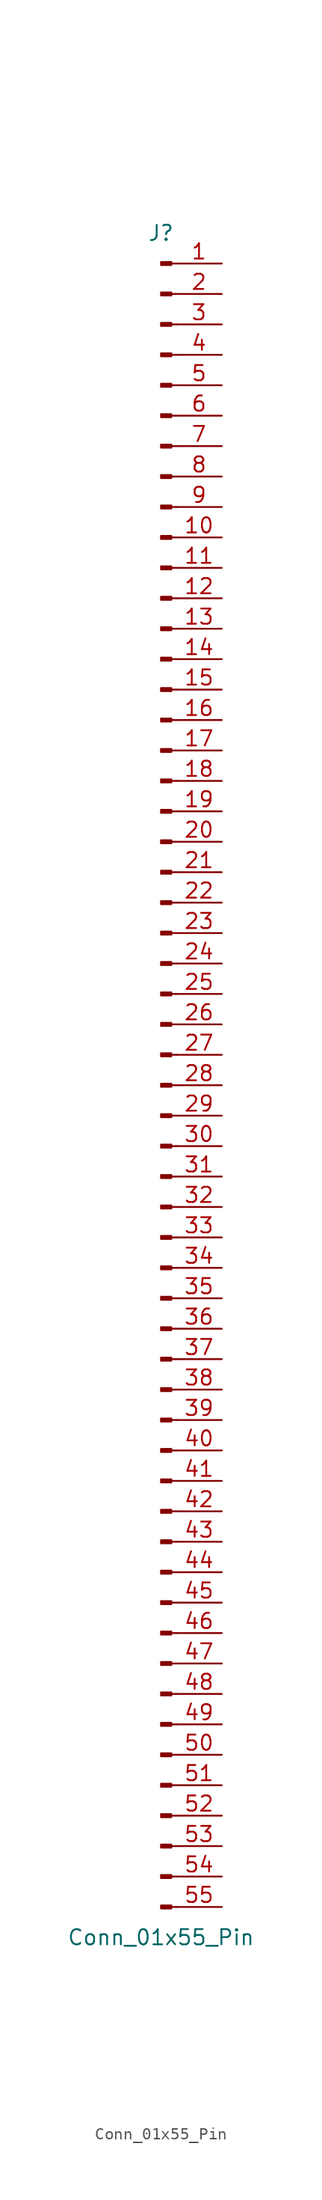
<source format=kicad_sym>
(kicad_symbol_lib
  (version 20220914)
  (generator kicad_symbol_editor)
  (symbol "Conn_01x55_Pin"
    (pin_names
      (offset 1.016) hide)
    (property "Reference" "J"
      (at 0 71.12 0)
      (effects (font (size 1.27 1.27))))
    (property "Value" "Conn_01x55_Pin"
      (at 0 -71.12 0)
      (effects (font (size 1.27 1.27))))
    (property "ki_locked" ""
      (at 0 0 0)
      (effects (font (size 1.27 1.27))))
    (symbol "Conn_01x55_Pin_1_1"
      (polyline (pts (xy 1.27 -68.58) (xy 0.864 -68.58)) (stroke (width 0.152) (type default)) (fill (type none)))
      (polyline (pts (xy 1.27 -66.04) (xy 0.864 -66.04)) (stroke (width 0.152) (type default)) (fill (type none)))
      (polyline (pts (xy 1.27 -63.5) (xy 0.864 -63.5)) (stroke (width 0.152) (type default)) (fill (type none)))
      (polyline (pts (xy 1.27 -60.96) (xy 0.864 -60.96)) (stroke (width 0.152) (type default)) (fill (type none)))
      (polyline (pts (xy 1.27 -58.42) (xy 0.864 -58.42)) (stroke (width 0.152) (type default)) (fill (type none)))
      (polyline (pts (xy 1.27 -55.88) (xy 0.864 -55.88)) (stroke (width 0.152) (type default)) (fill (type none)))
      (polyline (pts (xy 1.27 -53.34) (xy 0.864 -53.34)) (stroke (width 0.152) (type default)) (fill (type none)))
      (polyline (pts (xy 1.27 -50.8) (xy 0.864 -50.8)) (stroke (width 0.152) (type default)) (fill (type none)))
      (polyline (pts (xy 1.27 -48.26) (xy 0.864 -48.26)) (stroke (width 0.152) (type default)) (fill (type none)))
      (polyline (pts (xy 1.27 -45.72) (xy 0.864 -45.72)) (stroke (width 0.152) (type default)) (fill (type none)))
      (polyline (pts (xy 1.27 -43.18) (xy 0.864 -43.18)) (stroke (width 0.152) (type default)) (fill (type none)))
      (polyline (pts (xy 1.27 -40.64) (xy 0.864 -40.64)) (stroke (width 0.152) (type default)) (fill (type none)))
      (polyline (pts (xy 1.27 -38.1) (xy 0.864 -38.1)) (stroke (width 0.152) (type default)) (fill (type none)))
      (polyline (pts (xy 1.27 -35.56) (xy 0.864 -35.56)) (stroke (width 0.152) (type default)) (fill (type none)))
      (polyline (pts (xy 1.27 -33.02) (xy 0.864 -33.02)) (stroke (width 0.152) (type default)) (fill (type none)))
      (polyline (pts (xy 1.27 -30.48) (xy 0.864 -30.48)) (stroke (width 0.152) (type default)) (fill (type none)))
      (polyline (pts (xy 1.27 -27.94) (xy 0.864 -27.94)) (stroke (width 0.152) (type default)) (fill (type none)))
      (polyline (pts (xy 1.27 -25.4) (xy 0.864 -25.4)) (stroke (width 0.152) (type default)) (fill (type none)))
      (polyline (pts (xy 1.27 -22.86) (xy 0.864 -22.86)) (stroke (width 0.152) (type default)) (fill (type none)))
      (polyline (pts (xy 1.27 -20.32) (xy 0.864 -20.32)) (stroke (width 0.152) (type default)) (fill (type none)))
      (polyline (pts (xy 1.27 -17.78) (xy 0.864 -17.78)) (stroke (width 0.152) (type default)) (fill (type none)))
      (polyline (pts (xy 1.27 -15.24) (xy 0.864 -15.24)) (stroke (width 0.152) (type default)) (fill (type none)))
      (polyline (pts (xy 1.27 -12.7) (xy 0.864 -12.7)) (stroke (width 0.152) (type default)) (fill (type none)))
      (polyline (pts (xy 1.27 -10.16) (xy 0.864 -10.16)) (stroke (width 0.152) (type default)) (fill (type none)))
      (polyline (pts (xy 1.27 -7.62) (xy 0.864 -7.62)) (stroke (width 0.152) (type default)) (fill (type none)))
      (polyline (pts (xy 1.27 -5.08) (xy 0.864 -5.08)) (stroke (width 0.152) (type default)) (fill (type none)))
      (polyline (pts (xy 1.27 -2.54) (xy 0.864 -2.54)) (stroke (width 0.152) (type default)) (fill (type none)))
      (polyline (pts (xy 1.27 0) (xy 0.864 0)) (stroke (width 0.152) (type default)) (fill (type none)))
      (polyline (pts (xy 1.27 2.54) (xy 0.864 2.54)) (stroke (width 0.152) (type default)) (fill (type none)))
      (polyline (pts (xy 1.27 5.08) (xy 0.864 5.08)) (stroke (width 0.152) (type default)) (fill (type none)))
      (polyline (pts (xy 1.27 7.62) (xy 0.864 7.62)) (stroke (width 0.152) (type default)) (fill (type none)))
      (polyline (pts (xy 1.27 10.16) (xy 0.864 10.16)) (stroke (width 0.152) (type default)) (fill (type none)))
      (polyline (pts (xy 1.27 12.7) (xy 0.864 12.7)) (stroke (width 0.152) (type default)) (fill (type none)))
      (polyline (pts (xy 1.27 15.24) (xy 0.864 15.24)) (stroke (width 0.152) (type default)) (fill (type none)))
      (polyline (pts (xy 1.27 17.78) (xy 0.864 17.78)) (stroke (width 0.152) (type default)) (fill (type none)))
      (polyline (pts (xy 1.27 20.32) (xy 0.864 20.32)) (stroke (width 0.152) (type default)) (fill (type none)))
      (polyline (pts (xy 1.27 22.86) (xy 0.864 22.86)) (stroke (width 0.152) (type default)) (fill (type none)))
      (polyline (pts (xy 1.27 25.4) (xy 0.864 25.4)) (stroke (width 0.152) (type default)) (fill (type none)))
      (polyline (pts (xy 1.27 27.94) (xy 0.864 27.94)) (stroke (width 0.152) (type default)) (fill (type none)))
      (polyline (pts (xy 1.27 30.48) (xy 0.864 30.48)) (stroke (width 0.152) (type default)) (fill (type none)))
      (polyline (pts (xy 1.27 33.02) (xy 0.864 33.02)) (stroke (width 0.152) (type default)) (fill (type none)))
      (polyline (pts (xy 1.27 35.56) (xy 0.864 35.56)) (stroke (width 0.152) (type default)) (fill (type none)))
      (polyline (pts (xy 1.27 38.1) (xy 0.864 38.1)) (stroke (width 0.152) (type default)) (fill (type none)))
      (polyline (pts (xy 1.27 40.64) (xy 0.864 40.64)) (stroke (width 0.152) (type default)) (fill (type none)))
      (polyline (pts (xy 1.27 43.18) (xy 0.864 43.18)) (stroke (width 0.152) (type default)) (fill (type none)))
      (polyline (pts (xy 1.27 45.72) (xy 0.864 45.72)) (stroke (width 0.152) (type default)) (fill (type none)))
      (polyline (pts (xy 1.27 48.26) (xy 0.864 48.26)) (stroke (width 0.152) (type default)) (fill (type none)))
      (polyline (pts (xy 1.27 50.8) (xy 0.864 50.8)) (stroke (width 0.152) (type default)) (fill (type none)))
      (polyline (pts (xy 1.27 53.34) (xy 0.864 53.34)) (stroke (width 0.152) (type default)) (fill (type none)))
      (polyline (pts (xy 1.27 55.88) (xy 0.864 55.88)) (stroke (width 0.152) (type default)) (fill (type none)))
      (polyline (pts (xy 1.27 58.42) (xy 0.864 58.42)) (stroke (width 0.152) (type default)) (fill (type none)))
      (polyline (pts (xy 1.27 60.96) (xy 0.864 60.96)) (stroke (width 0.152) (type default)) (fill (type none)))
      (polyline (pts (xy 1.27 63.5) (xy 0.864 63.5)) (stroke (width 0.152) (type default)) (fill (type none)))
      (polyline (pts (xy 1.27 66.04) (xy 0.864 66.04)) (stroke (width 0.152) (type default)) (fill (type none)))
      (polyline (pts (xy 1.27 68.58) (xy 0.864 68.58)) (stroke (width 0.152) (type default)) (fill (type none)))
      (rectangle (start 0.864 -68.453) (end 0 -68.707) (stroke (width 0.152) (type default)) (fill (type outline)))
      (rectangle (start 0.864 -65.913) (end 0 -66.167) (stroke (width 0.152) (type default)) (fill (type outline)))
      (rectangle (start 0.864 -63.373) (end 0 -63.627) (stroke (width 0.152) (type default)) (fill (type outline)))
      (rectangle (start 0.864 -60.833) (end 0 -61.087) (stroke (width 0.152) (type default)) (fill (type outline)))
      (rectangle (start 0.864 -58.293) (end 0 -58.547) (stroke (width 0.152) (type default)) (fill (type outline)))
      (rectangle (start 0.864 -55.753) (end 0 -56.007) (stroke (width 0.152) (type default)) (fill (type outline)))
      (rectangle (start 0.864 -53.213) (end 0 -53.467) (stroke (width 0.152) (type default)) (fill (type outline)))
      (rectangle (start 0.864 -50.673) (end 0 -50.927) (stroke (width 0.152) (type default)) (fill (type outline)))
      (rectangle (start 0.864 -48.133) (end 0 -48.387) (stroke (width 0.152) (type default)) (fill (type outline)))
      (rectangle (start 0.864 -45.593) (end 0 -45.847) (stroke (width 0.152) (type default)) (fill (type outline)))
      (rectangle (start 0.864 -43.053) (end 0 -43.307) (stroke (width 0.152) (type default)) (fill (type outline)))
      (rectangle (start 0.864 -40.513) (end 0 -40.767) (stroke (width 0.152) (type default)) (fill (type outline)))
      (rectangle (start 0.864 -37.973) (end 0 -38.227) (stroke (width 0.152) (type default)) (fill (type outline)))
      (rectangle (start 0.864 -35.433) (end 0 -35.687) (stroke (width 0.152) (type default)) (fill (type outline)))
      (rectangle (start 0.864 -32.893) (end 0 -33.147) (stroke (width 0.152) (type default)) (fill (type outline)))
      (rectangle (start 0.864 -30.353) (end 0 -30.607) (stroke (width 0.152) (type default)) (fill (type outline)))
      (rectangle (start 0.864 -27.813) (end 0 -28.067) (stroke (width 0.152) (type default)) (fill (type outline)))
      (rectangle (start 0.864 -25.273) (end 0 -25.527) (stroke (width 0.152) (type default)) (fill (type outline)))
      (rectangle (start 0.864 -22.733) (end 0 -22.987) (stroke (width 0.152) (type default)) (fill (type outline)))
      (rectangle (start 0.864 -20.193) (end 0 -20.447) (stroke (width 0.152) (type default)) (fill (type outline)))
      (rectangle (start 0.864 -17.653) (end 0 -17.907) (stroke (width 0.152) (type default)) (fill (type outline)))
      (rectangle (start 0.864 -15.113) (end 0 -15.367) (stroke (width 0.152) (type default)) (fill (type outline)))
      (rectangle (start 0.864 -12.573) (end 0 -12.827) (stroke (width 0.152) (type default)) (fill (type outline)))
      (rectangle (start 0.864 -10.033) (end 0 -10.287) (stroke (width 0.152) (type default)) (fill (type outline)))
      (rectangle (start 0.864 -7.493) (end 0 -7.747) (stroke (width 0.152) (type default)) (fill (type outline)))
      (rectangle (start 0.864 -4.953) (end 0 -5.207) (stroke (width 0.152) (type default)) (fill (type outline)))
      (rectangle (start 0.864 -2.413) (end 0 -2.667) (stroke (width 0.152) (type default)) (fill (type outline)))
      (rectangle (start 0.864 0.127) (end 0 -0.127) (stroke (width 0.152) (type default)) (fill (type outline)))
      (rectangle (start 0.864 2.667) (end 0 2.413) (stroke (width 0.152) (type default)) (fill (type outline)))
      (rectangle (start 0.864 5.207) (end 0 4.953) (stroke (width 0.152) (type default)) (fill (type outline)))
      (rectangle (start 0.864 7.747) (end 0 7.493) (stroke (width 0.152) (type default)) (fill (type outline)))
      (rectangle (start 0.864 10.287) (end 0 10.033) (stroke (width 0.152) (type default)) (fill (type outline)))
      (rectangle (start 0.864 12.827) (end 0 12.573) (stroke (width 0.152) (type default)) (fill (type outline)))
      (rectangle (start 0.864 15.367) (end 0 15.113) (stroke (width 0.152) (type default)) (fill (type outline)))
      (rectangle (start 0.864 17.907) (end 0 17.653) (stroke (width 0.152) (type default)) (fill (type outline)))
      (rectangle (start 0.864 20.447) (end 0 20.193) (stroke (width 0.152) (type default)) (fill (type outline)))
      (rectangle (start 0.864 22.987) (end 0 22.733) (stroke (width 0.152) (type default)) (fill (type outline)))
      (rectangle (start 0.864 25.527) (end 0 25.273) (stroke (width 0.152) (type default)) (fill (type outline)))
      (rectangle (start 0.864 28.067) (end 0 27.813) (stroke (width 0.152) (type default)) (fill (type outline)))
      (rectangle (start 0.864 30.607) (end 0 30.353) (stroke (width 0.152) (type default)) (fill (type outline)))
      (rectangle (start 0.864 33.147) (end 0 32.893) (stroke (width 0.152) (type default)) (fill (type outline)))
      (rectangle (start 0.864 35.687) (end 0 35.433) (stroke (width 0.152) (type default)) (fill (type outline)))
      (rectangle (start 0.864 38.227) (end 0 37.973) (stroke (width 0.152) (type default)) (fill (type outline)))
      (rectangle (start 0.864 40.767) (end 0 40.513) (stroke (width 0.152) (type default)) (fill (type outline)))
      (rectangle (start 0.864 43.307) (end 0 43.053) (stroke (width 0.152) (type default)) (fill (type outline)))
      (rectangle (start 0.864 45.847) (end 0 45.593) (stroke (width 0.152) (type default)) (fill (type outline)))
      (rectangle (start 0.864 48.387) (end 0 48.133) (stroke (width 0.152) (type default)) (fill (type outline)))
      (rectangle (start 0.864 50.927) (end 0 50.673) (stroke (width 0.152) (type default)) (fill (type outline)))
      (rectangle (start 0.864 53.467) (end 0 53.213) (stroke (width 0.152) (type default)) (fill (type outline)))
      (rectangle (start 0.864 56.007) (end 0 55.753) (stroke (width 0.152) (type default)) (fill (type outline)))
      (rectangle (start 0.864 58.547) (end 0 58.293) (stroke (width 0.152) (type default)) (fill (type outline)))
      (rectangle (start 0.864 61.087) (end 0 60.833) (stroke (width 0.152) (type default)) (fill (type outline)))
      (rectangle (start 0.864 63.627) (end 0 63.373) (stroke (width 0.152) (type default)) (fill (type outline)))
      (rectangle (start 0.864 66.167) (end 0 65.913) (stroke (width 0.152) (type default)) (fill (type outline)))
      (rectangle (start 0.864 68.707) (end 0 68.453) (stroke (width 0.152) (type default)) (fill (type outline)))
      (pin passive line (at 5.08 68.58 180) (length 3.81) (name "Pin_1" (effects (font (size 1.27 1.27)))) (number "1" (effects (font (size 1.27 1.27)))))
      (pin passive line (at 5.08 45.72 180) (length 3.81) (name "Pin_10" (effects (font (size 1.27 1.27)))) (number "10" (effects (font (size 1.27 1.27)))))
      (pin passive line (at 5.08 43.18 180) (length 3.81) (name "Pin_11" (effects (font (size 1.27 1.27)))) (number "11" (effects (font (size 1.27 1.27)))))
      (pin passive line (at 5.08 40.64 180) (length 3.81) (name "Pin_12" (effects (font (size 1.27 1.27)))) (number "12" (effects (font (size 1.27 1.27)))))
      (pin passive line (at 5.08 38.1 180) (length 3.81) (name "Pin_13" (effects (font (size 1.27 1.27)))) (number "13" (effects (font (size 1.27 1.27)))))
      (pin passive line (at 5.08 35.56 180) (length 3.81) (name "Pin_14" (effects (font (size 1.27 1.27)))) (number "14" (effects (font (size 1.27 1.27)))))
      (pin passive line (at 5.08 33.02 180) (length 3.81) (name "Pin_15" (effects (font (size 1.27 1.27)))) (number "15" (effects (font (size 1.27 1.27)))))
      (pin passive line (at 5.08 30.48 180) (length 3.81) (name "Pin_16" (effects (font (size 1.27 1.27)))) (number "16" (effects (font (size 1.27 1.27)))))
      (pin passive line (at 5.08 27.94 180) (length 3.81) (name "Pin_17" (effects (font (size 1.27 1.27)))) (number "17" (effects (font (size 1.27 1.27)))))
      (pin passive line (at 5.08 25.4 180) (length 3.81) (name "Pin_18" (effects (font (size 1.27 1.27)))) (number "18" (effects (font (size 1.27 1.27)))))
      (pin passive line (at 5.08 22.86 180) (length 3.81) (name "Pin_19" (effects (font (size 1.27 1.27)))) (number "19" (effects (font (size 1.27 1.27)))))
      (pin passive line (at 5.08 66.04 180) (length 3.81) (name "Pin_2" (effects (font (size 1.27 1.27)))) (number "2" (effects (font (size 1.27 1.27)))))
      (pin passive line (at 5.08 20.32 180) (length 3.81) (name "Pin_20" (effects (font (size 1.27 1.27)))) (number "20" (effects (font (size 1.27 1.27)))))
      (pin passive line (at 5.08 17.78 180) (length 3.81) (name "Pin_21" (effects (font (size 1.27 1.27)))) (number "21" (effects (font (size 1.27 1.27)))))
      (pin passive line (at 5.08 15.24 180) (length 3.81) (name "Pin_22" (effects (font (size 1.27 1.27)))) (number "22" (effects (font (size 1.27 1.27)))))
      (pin passive line (at 5.08 12.7 180) (length 3.81) (name "Pin_23" (effects (font (size 1.27 1.27)))) (number "23" (effects (font (size 1.27 1.27)))))
      (pin passive line (at 5.08 10.16 180) (length 3.81) (name "Pin_24" (effects (font (size 1.27 1.27)))) (number "24" (effects (font (size 1.27 1.27)))))
      (pin passive line (at 5.08 7.62 180) (length 3.81) (name "Pin_25" (effects (font (size 1.27 1.27)))) (number "25" (effects (font (size 1.27 1.27)))))
      (pin passive line (at 5.08 5.08 180) (length 3.81) (name "Pin_26" (effects (font (size 1.27 1.27)))) (number "26" (effects (font (size 1.27 1.27)))))
      (pin passive line (at 5.08 2.54 180) (length 3.81) (name "Pin_27" (effects (font (size 1.27 1.27)))) (number "27" (effects (font (size 1.27 1.27)))))
      (pin passive line (at 5.08 0 180) (length 3.81) (name "Pin_28" (effects (font (size 1.27 1.27)))) (number "28" (effects (font (size 1.27 1.27)))))
      (pin passive line (at 5.08 -2.54 180) (length 3.81) (name "Pin_29" (effects (font (size 1.27 1.27)))) (number "29" (effects (font (size 1.27 1.27)))))
      (pin passive line (at 5.08 63.5 180) (length 3.81) (name "Pin_3" (effects (font (size 1.27 1.27)))) (number "3" (effects (font (size 1.27 1.27)))))
      (pin passive line (at 5.08 -5.08 180) (length 3.81) (name "Pin_30" (effects (font (size 1.27 1.27)))) (number "30" (effects (font (size 1.27 1.27)))))
      (pin passive line (at 5.08 -7.62 180) (length 3.81) (name "Pin_31" (effects (font (size 1.27 1.27)))) (number "31" (effects (font (size 1.27 1.27)))))
      (pin passive line (at 5.08 -10.16 180) (length 3.81) (name "Pin_32" (effects (font (size 1.27 1.27)))) (number "32" (effects (font (size 1.27 1.27)))))
      (pin passive line (at 5.08 -12.7 180) (length 3.81) (name "Pin_33" (effects (font (size 1.27 1.27)))) (number "33" (effects (font (size 1.27 1.27)))))
      (pin passive line (at 5.08 -15.24 180) (length 3.81) (name "Pin_34" (effects (font (size 1.27 1.27)))) (number "34" (effects (font (size 1.27 1.27)))))
      (pin passive line (at 5.08 -17.78 180) (length 3.81) (name "Pin_35" (effects (font (size 1.27 1.27)))) (number "35" (effects (font (size 1.27 1.27)))))
      (pin passive line (at 5.08 -20.32 180) (length 3.81) (name "Pin_36" (effects (font (size 1.27 1.27)))) (number "36" (effects (font (size 1.27 1.27)))))
      (pin passive line (at 5.08 -22.86 180) (length 3.81) (name "Pin_37" (effects (font (size 1.27 1.27)))) (number "37" (effects (font (size 1.27 1.27)))))
      (pin passive line (at 5.08 -25.4 180) (length 3.81) (name "Pin_38" (effects (font (size 1.27 1.27)))) (number "38" (effects (font (size 1.27 1.27)))))
      (pin passive line (at 5.08 -27.94 180) (length 3.81) (name "Pin_39" (effects (font (size 1.27 1.27)))) (number "39" (effects (font (size 1.27 1.27)))))
      (pin passive line (at 5.08 60.96 180) (length 3.81) (name "Pin_4" (effects (font (size 1.27 1.27)))) (number "4" (effects (font (size 1.27 1.27)))))
      (pin passive line (at 5.08 -30.48 180) (length 3.81) (name "Pin_40" (effects (font (size 1.27 1.27)))) (number "40" (effects (font (size 1.27 1.27)))))
      (pin passive line (at 5.08 -33.02 180) (length 3.81) (name "Pin_41" (effects (font (size 1.27 1.27)))) (number "41" (effects (font (size 1.27 1.27)))))
      (pin passive line (at 5.08 -35.56 180) (length 3.81) (name "Pin_42" (effects (font (size 1.27 1.27)))) (number "42" (effects (font (size 1.27 1.27)))))
      (pin passive line (at 5.08 -38.1 180) (length 3.81) (name "Pin_43" (effects (font (size 1.27 1.27)))) (number "43" (effects (font (size 1.27 1.27)))))
      (pin passive line (at 5.08 -40.64 180) (length 3.81) (name "Pin_44" (effects (font (size 1.27 1.27)))) (number "44" (effects (font (size 1.27 1.27)))))
      (pin passive line (at 5.08 -43.18 180) (length 3.81) (name "Pin_45" (effects (font (size 1.27 1.27)))) (number "45" (effects (font (size 1.27 1.27)))))
      (pin passive line (at 5.08 -45.72 180) (length 3.81) (name "Pin_46" (effects (font (size 1.27 1.27)))) (number "46" (effects (font (size 1.27 1.27)))))
      (pin passive line (at 5.08 -48.26 180) (length 3.81) (name "Pin_47" (effects (font (size 1.27 1.27)))) (number "47" (effects (font (size 1.27 1.27)))))
      (pin passive line (at 5.08 -50.8 180) (length 3.81) (name "Pin_48" (effects (font (size 1.27 1.27)))) (number "48" (effects (font (size 1.27 1.27)))))
      (pin passive line (at 5.08 -53.34 180) (length 3.81) (name "Pin_49" (effects (font (size 1.27 1.27)))) (number "49" (effects (font (size 1.27 1.27)))))
      (pin passive line (at 5.08 58.42 180) (length 3.81) (name "Pin_5" (effects (font (size 1.27 1.27)))) (number "5" (effects (font (size 1.27 1.27)))))
      (pin passive line (at 5.08 -55.88 180) (length 3.81) (name "Pin_50" (effects (font (size 1.27 1.27)))) (number "50" (effects (font (size 1.27 1.27)))))
      (pin passive line (at 5.08 -58.42 180) (length 3.81) (name "Pin_51" (effects (font (size 1.27 1.27)))) (number "51" (effects (font (size 1.27 1.27)))))
      (pin passive line (at 5.08 -60.96 180) (length 3.81) (name "Pin_52" (effects (font (size 1.27 1.27)))) (number "52" (effects (font (size 1.27 1.27)))))
      (pin passive line (at 5.08 -63.5 180) (length 3.81) (name "Pin_53" (effects (font (size 1.27 1.27)))) (number "53" (effects (font (size 1.27 1.27)))))
      (pin passive line (at 5.08 -66.04 180) (length 3.81) (name "Pin_54" (effects (font (size 1.27 1.27)))) (number "54" (effects (font (size 1.27 1.27)))))
      (pin passive line (at 5.08 -68.58 180) (length 3.81) (name "Pin_55" (effects (font (size 1.27 1.27)))) (number "55" (effects (font (size 1.27 1.27)))))
      (pin passive line (at 5.08 55.88 180) (length 3.81) (name "Pin_6" (effects (font (size 1.27 1.27)))) (number "6" (effects (font (size 1.27 1.27)))))
      (pin passive line (at 5.08 53.34 180) (length 3.81) (name "Pin_7" (effects (font (size 1.27 1.27)))) (number "7" (effects (font (size 1.27 1.27)))))
      (pin passive line (at 5.08 50.8 180) (length 3.81) (name "Pin_8" (effects (font (size 1.27 1.27)))) (number "8" (effects (font (size 1.27 1.27)))))
      (pin passive line (at 5.08 48.26 180) (length 3.81) (name "Pin_9" (effects (font (size 1.27 1.27)))) (number "9" (effects (font (size 1.27 1.27))))))))
</source>
